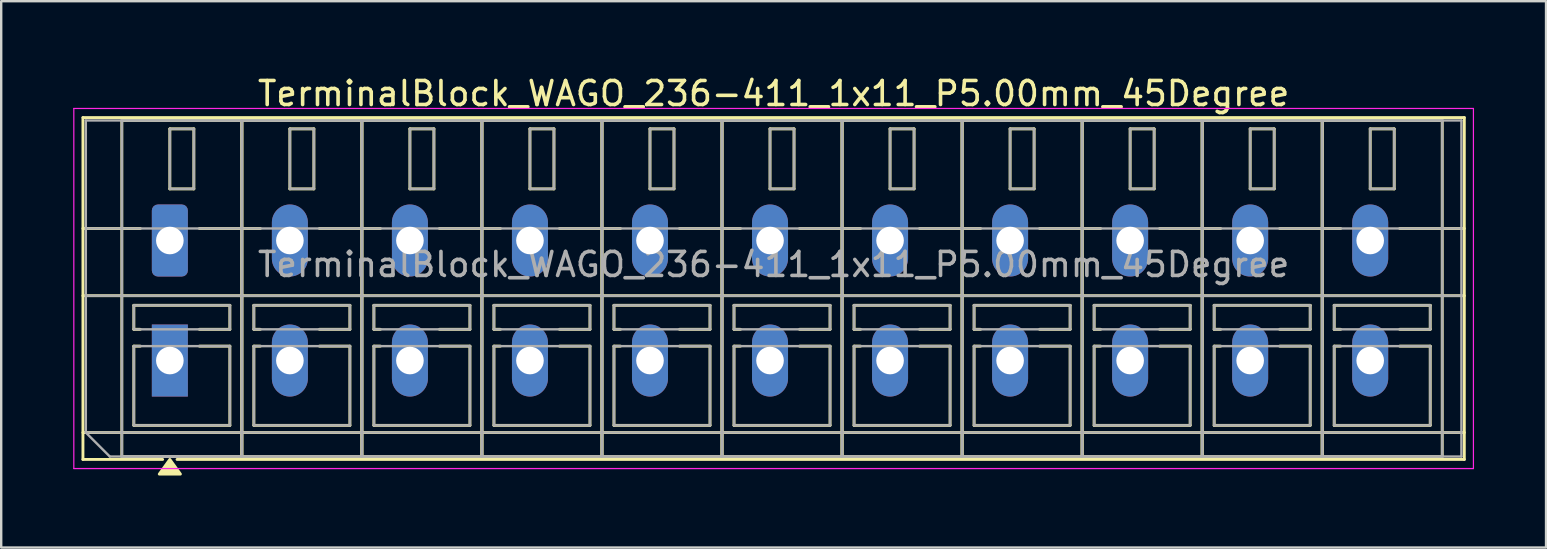
<source format=kicad_pcb>
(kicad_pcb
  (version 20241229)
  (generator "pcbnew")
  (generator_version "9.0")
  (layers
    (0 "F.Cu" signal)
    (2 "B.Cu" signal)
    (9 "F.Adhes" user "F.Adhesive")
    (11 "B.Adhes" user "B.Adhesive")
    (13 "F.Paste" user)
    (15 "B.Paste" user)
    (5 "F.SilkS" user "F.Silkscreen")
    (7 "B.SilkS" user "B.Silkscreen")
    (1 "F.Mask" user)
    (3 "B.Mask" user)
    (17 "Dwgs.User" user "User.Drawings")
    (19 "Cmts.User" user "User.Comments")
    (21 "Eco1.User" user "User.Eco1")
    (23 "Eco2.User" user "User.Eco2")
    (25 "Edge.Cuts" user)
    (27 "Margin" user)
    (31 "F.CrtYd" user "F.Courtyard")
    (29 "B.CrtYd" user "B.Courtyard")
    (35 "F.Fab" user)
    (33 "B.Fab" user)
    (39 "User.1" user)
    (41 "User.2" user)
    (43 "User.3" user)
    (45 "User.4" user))
  (footprint "TerminalBlock_WAGO_236-411_1x11_P5.00mm_45Degree"
    (layer "F.Cu")
    (at 4.025 6.968)
    (property "Reference" "TerminalBlock_WAGO_236-411_1x11_P5.00mm_45Degree" (at 25.15 -6.12 0) (layer "F.SilkS") (effects (font (size 1 1) (thickness 0.15))))
    (attr through_hole)
    (fp_line (start -3.62 -5.12) (end 53.92 -5.12) (stroke (width 0.12) (type solid)) (layer "F.SilkS"))
    (fp_line (start -3.62 -0.5) (end -1.23 -0.5) (stroke (width 0.12) (type solid)) (layer "F.SilkS"))
    (fp_line (start -3.62 2.3) (end 53.92 2.3) (stroke (width 0.12) (type solid)) (layer "F.SilkS"))
    (fp_line (start -3.62 8) (end 53.92 8) (stroke (width 0.12) (type solid)) (layer "F.SilkS"))
    (fp_line (start -3.62 9.12) (end -3.62 -5.12) (stroke (width 0.12) (type solid)) (layer "F.SilkS"))
    (fp_line (start -2 -5) (end 3 -5) (stroke (width 0.12) (type solid)) (layer "F.SilkS"))
    (fp_line (start -2 9) (end -2 -5) (stroke (width 0.12) (type solid)) (layer "F.SilkS"))
    (fp_line (start -1.5 2.7) (end 2.5 2.7) (stroke (width 0.12) (type solid)) (layer "F.SilkS"))
    (fp_line (start -1.5 3.7) (end -1.5 2.7) (stroke (width 0.12) (type solid)) (layer "F.SilkS"))
    (fp_line (start -1.5 4.4) (end -1.23 4.4) (stroke (width 0.12) (type solid)) (layer "F.SilkS"))
    (fp_line (start -1.5 7.7) (end -1.5 4.4) (stroke (width 0.12) (type solid)) (layer "F.SilkS"))
    (fp_line (start -1.23 3.7) (end -1.5 3.7) (stroke (width 0.12) (type solid)) (layer "F.SilkS"))
    (fp_line (start -0.3 9.12) (end -3.62 9.12) (stroke (width 0.12) (type solid)) (layer "F.SilkS"))
    (fp_line (start 0 -4.65) (end 1 -4.65) (stroke (width 0.12) (type solid)) (layer "F.SilkS"))
    (fp_line (start 0 -2.15) (end 0 -4.65) (stroke (width 0.12) (type solid)) (layer "F.SilkS"))
    (fp_line (start 1 -4.65) (end 1 -2.15) (stroke (width 0.12) (type solid)) (layer "F.SilkS"))
    (fp_line (start 1 -2.15) (end 0 -2.15) (stroke (width 0.12) (type solid)) (layer "F.SilkS"))
    (fp_line (start 1.23 -0.5) (end 3.77 -0.5) (stroke (width 0.12) (type solid)) (layer "F.SilkS"))
    (fp_line (start 1.23 4.4) (end 2.5 4.4) (stroke (width 0.12) (type solid)) (layer "F.SilkS"))
    (fp_line (start 2.5 2.7) (end 2.5 3.7) (stroke (width 0.12) (type solid)) (layer "F.SilkS"))
    (fp_line (start 2.5 3.7) (end 1.23 3.7) (stroke (width 0.12) (type solid)) (layer "F.SilkS"))
    (fp_line (start 2.5 4.4) (end 2.5 7.7) (stroke (width 0.12) (type solid)) (layer "F.SilkS"))
    (fp_line (start 2.5 7.7) (end -1.5 7.7) (stroke (width 0.12) (type solid)) (layer "F.SilkS"))
    (fp_line (start 3 -5) (end 3 9) (stroke (width 0.12) (type solid)) (layer "F.SilkS"))
    (fp_line (start 3 -5) (end 8 -5) (stroke (width 0.12) (type solid)) (layer "F.SilkS"))
    (fp_line (start 3 9) (end -2 9) (stroke (width 0.12) (type solid)) (layer "F.SilkS"))
    (fp_line (start 3 9) (end 3 -5) (stroke (width 0.12) (type solid)) (layer "F.SilkS"))
    (fp_line (start 3.5 2.7) (end 7.5 2.7) (stroke (width 0.12) (type solid)) (layer "F.SilkS"))
    (fp_line (start 3.5 3.7) (end 3.5 2.7) (stroke (width 0.12) (type solid)) (layer "F.SilkS"))
    (fp_line (start 3.5 4.4) (end 3.77 4.4) (stroke (width 0.12) (type solid)) (layer "F.SilkS"))
    (fp_line (start 3.5 7.7) (end 3.5 4.4) (stroke (width 0.12) (type solid)) (layer "F.SilkS"))
    (fp_line (start 3.77 3.7) (end 3.5 3.7) (stroke (width 0.12) (type solid)) (layer "F.SilkS"))
    (fp_line (start 5 -4.65) (end 6 -4.65) (stroke (width 0.12) (type solid)) (layer "F.SilkS"))
    (fp_line (start 5 -2.15) (end 5 -4.65) (stroke (width 0.12) (type solid)) (layer "F.SilkS"))
    (fp_line (start 6 -4.65) (end 6 -2.15) (stroke (width 0.12) (type solid)) (layer "F.SilkS"))
    (fp_line (start 6 -2.15) (end 5 -2.15) (stroke (width 0.12) (type solid)) (layer "F.SilkS"))
    (fp_line (start 6.23 -0.5) (end 8.77 -0.5) (stroke (width 0.12) (type solid)) (layer "F.SilkS"))
    (fp_line (start 6.23 4.4) (end 7.5 4.4) (stroke (width 0.12) (type solid)) (layer "F.SilkS"))
    (fp_line (start 7.5 2.7) (end 7.5 3.7) (stroke (width 0.12) (type solid)) (layer "F.SilkS"))
    (fp_line (start 7.5 3.7) (end 6.23 3.7) (stroke (width 0.12) (type solid)) (layer "F.SilkS"))
    (fp_line (start 7.5 4.4) (end 7.5 7.7) (stroke (width 0.12) (type solid)) (layer "F.SilkS"))
    (fp_line (start 7.5 7.7) (end 3.5 7.7) (stroke (width 0.12) (type solid)) (layer "F.SilkS"))
    (fp_line (start 8 -5) (end 8 9) (stroke (width 0.12) (type solid)) (layer "F.SilkS"))
    (fp_line (start 8 -5) (end 13 -5) (stroke (width 0.12) (type solid)) (layer "F.SilkS"))
    (fp_line (start 8 9) (end 3 9) (stroke (width 0.12) (type solid)) (layer "F.SilkS"))
    (fp_line (start 8 9) (end 8 -5) (stroke (width 0.12) (type solid)) (layer "F.SilkS"))
    (fp_line (start 8.5 2.7) (end 12.5 2.7) (stroke (width 0.12) (type solid)) (layer "F.SilkS"))
    (fp_line (start 8.5 3.7) (end 8.5 2.7) (stroke (width 0.12) (type solid)) (layer "F.SilkS"))
    (fp_line (start 8.5 4.4) (end 8.77 4.4) (stroke (width 0.12) (type solid)) (layer "F.SilkS"))
    (fp_line (start 8.5 7.7) (end 8.5 4.4) (stroke (width 0.12) (type solid)) (layer "F.SilkS"))
    (fp_line (start 8.77 3.7) (end 8.5 3.7) (stroke (width 0.12) (type solid)) (layer "F.SilkS"))
    (fp_line (start 10 -4.65) (end 11 -4.65) (stroke (width 0.12) (type solid)) (layer "F.SilkS"))
    (fp_line (start 10 -2.15) (end 10 -4.65) (stroke (width 0.12) (type solid)) (layer "F.SilkS"))
    (fp_line (start 11 -4.65) (end 11 -2.15) (stroke (width 0.12) (type solid)) (layer "F.SilkS"))
    (fp_line (start 11 -2.15) (end 10 -2.15) (stroke (width 0.12) (type solid)) (layer "F.SilkS"))
    (fp_line (start 11.23 -0.5) (end 13.77 -0.5) (stroke (width 0.12) (type solid)) (layer "F.SilkS"))
    (fp_line (start 11.23 4.4) (end 12.5 4.4) (stroke (width 0.12) (type solid)) (layer "F.SilkS"))
    (fp_line (start 12.5 2.7) (end 12.5 3.7) (stroke (width 0.12) (type solid)) (layer "F.SilkS"))
    (fp_line (start 12.5 3.7) (end 11.23 3.7) (stroke (width 0.12) (type solid)) (layer "F.SilkS"))
    (fp_line (start 12.5 4.4) (end 12.5 7.7) (stroke (width 0.12) (type solid)) (layer "F.SilkS"))
    (fp_line (start 12.5 7.7) (end 8.5 7.7) (stroke (width 0.12) (type solid)) (layer "F.SilkS"))
    (fp_line (start 13 -5) (end 13 9) (stroke (width 0.12) (type solid)) (layer "F.SilkS"))
    (fp_line (start 13 -5) (end 18 -5) (stroke (width 0.12) (type solid)) (layer "F.SilkS"))
    (fp_line (start 13 9) (end 8 9) (stroke (width 0.12) (type solid)) (layer "F.SilkS"))
    (fp_line (start 13 9) (end 13 -5) (stroke (width 0.12) (type solid)) (layer "F.SilkS"))
    (fp_line (start 13.5 2.7) (end 17.5 2.7) (stroke (width 0.12) (type solid)) (layer "F.SilkS"))
    (fp_line (start 13.5 3.7) (end 13.5 2.7) (stroke (width 0.12) (type solid)) (layer "F.SilkS"))
    (fp_line (start 13.5 4.4) (end 13.77 4.4) (stroke (width 0.12) (type solid)) (layer "F.SilkS"))
    (fp_line (start 13.5 7.7) (end 13.5 4.4) (stroke (width 0.12) (type solid)) (layer "F.SilkS"))
    (fp_line (start 13.77 3.7) (end 13.5 3.7) (stroke (width 0.12) (type solid)) (layer "F.SilkS"))
    (fp_line (start 15 -4.65) (end 16 -4.65) (stroke (width 0.12) (type solid)) (layer "F.SilkS"))
    (fp_line (start 15 -2.15) (end 15 -4.65) (stroke (width 0.12) (type solid)) (layer "F.SilkS"))
    (fp_line (start 16 -4.65) (end 16 -2.15) (stroke (width 0.12) (type solid)) (layer "F.SilkS"))
    (fp_line (start 16 -2.15) (end 15 -2.15) (stroke (width 0.12) (type solid)) (layer "F.SilkS"))
    (fp_line (start 16.23 -0.5) (end 18.77 -0.5) (stroke (width 0.12) (type solid)) (layer "F.SilkS"))
    (fp_line (start 16.23 4.4) (end 17.5 4.4) (stroke (width 0.12) (type solid)) (layer "F.SilkS"))
    (fp_line (start 17.5 2.7) (end 17.5 3.7) (stroke (width 0.12) (type solid)) (layer "F.SilkS"))
    (fp_line (start 17.5 3.7) (end 16.23 3.7) (stroke (width 0.12) (type solid)) (layer "F.SilkS"))
    (fp_line (start 17.5 4.4) (end 17.5 7.7) (stroke (width 0.12) (type solid)) (layer "F.SilkS"))
    (fp_line (start 17.5 7.7) (end 13.5 7.7) (stroke (width 0.12) (type solid)) (layer "F.SilkS"))
    (fp_line (start 18 -5) (end 18 9) (stroke (width 0.12) (type solid)) (layer "F.SilkS"))
    (fp_line (start 18 -5) (end 23 -5) (stroke (width 0.12) (type solid)) (layer "F.SilkS"))
    (fp_line (start 18 9) (end 13 9) (stroke (width 0.12) (type solid)) (layer "F.SilkS"))
    (fp_line (start 18 9) (end 18 -5) (stroke (width 0.12) (type solid)) (layer "F.SilkS"))
    (fp_line (start 18.5 2.7) (end 22.5 2.7) (stroke (width 0.12) (type solid)) (layer "F.SilkS"))
    (fp_line (start 18.5 3.7) (end 18.5 2.7) (stroke (width 0.12) (type solid)) (layer "F.SilkS"))
    (fp_line (start 18.5 4.4) (end 18.77 4.4) (stroke (width 0.12) (type solid)) (layer "F.SilkS"))
    (fp_line (start 18.5 7.7) (end 18.5 4.4) (stroke (width 0.12) (type solid)) (layer "F.SilkS"))
    (fp_line (start 18.77 3.7) (end 18.5 3.7) (stroke (width 0.12) (type solid)) (layer "F.SilkS"))
    (fp_line (start 20 -4.65) (end 21 -4.65) (stroke (width 0.12) (type solid)) (layer "F.SilkS"))
    (fp_line (start 20 -2.15) (end 20 -4.65) (stroke (width 0.12) (type solid)) (layer "F.SilkS"))
    (fp_line (start 21 -4.65) (end 21 -2.15) (stroke (width 0.12) (type solid)) (layer "F.SilkS"))
    (fp_line (start 21 -2.15) (end 20 -2.15) (stroke (width 0.12) (type solid)) (layer "F.SilkS"))
    (fp_line (start 21.23 -0.5) (end 23.77 -0.5) (stroke (width 0.12) (type solid)) (layer "F.SilkS"))
    (fp_line (start 21.23 4.4) (end 22.5 4.4) (stroke (width 0.12) (type solid)) (layer "F.SilkS"))
    (fp_line (start 22.5 2.7) (end 22.5 3.7) (stroke (width 0.12) (type solid)) (layer "F.SilkS"))
    (fp_line (start 22.5 3.7) (end 21.23 3.7) (stroke (width 0.12) (type solid)) (layer "F.SilkS"))
    (fp_line (start 22.5 4.4) (end 22.5 7.7) (stroke (width 0.12) (type solid)) (layer "F.SilkS"))
    (fp_line (start 22.5 7.7) (end 18.5 7.7) (stroke (width 0.12) (type solid)) (layer "F.SilkS"))
    (fp_line (start 23 -5) (end 23 9) (stroke (width 0.12) (type solid)) (layer "F.SilkS"))
    (fp_line (start 23 -5) (end 28 -5) (stroke (width 0.12) (type solid)) (layer "F.SilkS"))
    (fp_line (start 23 9) (end 18 9) (stroke (width 0.12) (type solid)) (layer "F.SilkS"))
    (fp_line (start 23 9) (end 23 -5) (stroke (width 0.12) (type solid)) (layer "F.SilkS"))
    (fp_line (start 23.5 2.7) (end 27.5 2.7) (stroke (width 0.12) (type solid)) (layer "F.SilkS"))
    (fp_line (start 23.5 3.7) (end 23.5 2.7) (stroke (width 0.12) (type solid)) (layer "F.SilkS"))
    (fp_line (start 23.5 4.4) (end 23.77 4.4) (stroke (width 0.12) (type solid)) (layer "F.SilkS"))
    (fp_line (start 23.5 7.7) (end 23.5 4.4) (stroke (width 0.12) (type solid)) (layer "F.SilkS"))
    (fp_line (start 23.77 3.7) (end 23.5 3.7) (stroke (width 0.12) (type solid)) (layer "F.SilkS"))
    (fp_line (start 25 -4.65) (end 26 -4.65) (stroke (width 0.12) (type solid)) (layer "F.SilkS"))
    (fp_line (start 25 -2.15) (end 25 -4.65) (stroke (width 0.12) (type solid)) (layer "F.SilkS"))
    (fp_line (start 26 -4.65) (end 26 -2.15) (stroke (width 0.12) (type solid)) (layer "F.SilkS"))
    (fp_line (start 26 -2.15) (end 25 -2.15) (stroke (width 0.12) (type solid)) (layer "F.SilkS"))
    (fp_line (start 26.23 -0.5) (end 28.77 -0.5) (stroke (width 0.12) (type solid)) (layer "F.SilkS"))
    (fp_line (start 26.23 4.4) (end 27.5 4.4) (stroke (width 0.12) (type solid)) (layer "F.SilkS"))
    (fp_line (start 27.5 2.7) (end 27.5 3.7) (stroke (width 0.12) (type solid)) (layer "F.SilkS"))
    (fp_line (start 27.5 3.7) (end 26.23 3.7) (stroke (width 0.12) (type solid)) (layer "F.SilkS"))
    (fp_line (start 27.5 4.4) (end 27.5 7.7) (stroke (width 0.12) (type solid)) (layer "F.SilkS"))
    (fp_line (start 27.5 7.7) (end 23.5 7.7) (stroke (width 0.12) (type solid)) (layer "F.SilkS"))
    (fp_line (start 28 -5) (end 28 9) (stroke (width 0.12) (type solid)) (layer "F.SilkS"))
    (fp_line (start 28 -5) (end 33 -5) (stroke (width 0.12) (type solid)) (layer "F.SilkS"))
    (fp_line (start 28 9) (end 23 9) (stroke (width 0.12) (type solid)) (layer "F.SilkS"))
    (fp_line (start 28 9) (end 28 -5) (stroke (width 0.12) (type solid)) (layer "F.SilkS"))
    (fp_line (start 28.5 2.7) (end 32.5 2.7) (stroke (width 0.12) (type solid)) (layer "F.SilkS"))
    (fp_line (start 28.5 3.7) (end 28.5 2.7) (stroke (width 0.12) (type solid)) (layer "F.SilkS"))
    (fp_line (start 28.5 4.4) (end 28.77 4.4) (stroke (width 0.12) (type solid)) (layer "F.SilkS"))
    (fp_line (start 28.5 7.7) (end 28.5 4.4) (stroke (width 0.12) (type solid)) (layer "F.SilkS"))
    (fp_line (start 28.77 3.7) (end 28.5 3.7) (stroke (width 0.12) (type solid)) (layer "F.SilkS"))
    (fp_line (start 30 -4.65) (end 31 -4.65) (stroke (width 0.12) (type solid)) (layer "F.SilkS"))
    (fp_line (start 30 -2.15) (end 30 -4.65) (stroke (width 0.12) (type solid)) (layer "F.SilkS"))
    (fp_line (start 31 -4.65) (end 31 -2.15) (stroke (width 0.12) (type solid)) (layer "F.SilkS"))
    (fp_line (start 31 -2.15) (end 30 -2.15) (stroke (width 0.12) (type solid)) (layer "F.SilkS"))
    (fp_line (start 31.23 -0.5) (end 33.77 -0.5) (stroke (width 0.12) (type solid)) (layer "F.SilkS"))
    (fp_line (start 31.23 4.4) (end 32.5 4.4) (stroke (width 0.12) (type solid)) (layer "F.SilkS"))
    (fp_line (start 32.5 2.7) (end 32.5 3.7) (stroke (width 0.12) (type solid)) (layer "F.SilkS"))
    (fp_line (start 32.5 3.7) (end 31.23 3.7) (stroke (width 0.12) (type solid)) (layer "F.SilkS"))
    (fp_line (start 32.5 4.4) (end 32.5 7.7) (stroke (width 0.12) (type solid)) (layer "F.SilkS"))
    (fp_line (start 32.5 7.7) (end 28.5 7.7) (stroke (width 0.12) (type solid)) (layer "F.SilkS"))
    (fp_line (start 33 -5) (end 33 9) (stroke (width 0.12) (type solid)) (layer "F.SilkS"))
    (fp_line (start 33 -5) (end 38 -5) (stroke (width 0.12) (type solid)) (layer "F.SilkS"))
    (fp_line (start 33 9) (end 28 9) (stroke (width 0.12) (type solid)) (layer "F.SilkS"))
    (fp_line (start 33 9) (end 33 -5) (stroke (width 0.12) (type solid)) (layer "F.SilkS"))
    (fp_line (start 33.5 2.7) (end 37.5 2.7) (stroke (width 0.12) (type solid)) (layer "F.SilkS"))
    (fp_line (start 33.5 3.7) (end 33.5 2.7) (stroke (width 0.12) (type solid)) (layer "F.SilkS"))
    (fp_line (start 33.5 4.4) (end 33.77 4.4) (stroke (width 0.12) (type solid)) (layer "F.SilkS"))
    (fp_line (start 33.5 7.7) (end 33.5 4.4) (stroke (width 0.12) (type solid)) (layer "F.SilkS"))
    (fp_line (start 33.77 3.7) (end 33.5 3.7) (stroke (width 0.12) (type solid)) (layer "F.SilkS"))
    (fp_line (start 35 -4.65) (end 36 -4.65) (stroke (width 0.12) (type solid)) (layer "F.SilkS"))
    (fp_line (start 35 -2.15) (end 35 -4.65) (stroke (width 0.12) (type solid)) (layer "F.SilkS"))
    (fp_line (start 36 -4.65) (end 36 -2.15) (stroke (width 0.12) (type solid)) (layer "F.SilkS"))
    (fp_line (start 36 -2.15) (end 35 -2.15) (stroke (width 0.12) (type solid)) (layer "F.SilkS"))
    (fp_line (start 36.23 -0.5) (end 38.77 -0.5) (stroke (width 0.12) (type solid)) (layer "F.SilkS"))
    (fp_line (start 36.23 4.4) (end 37.5 4.4) (stroke (width 0.12) (type solid)) (layer "F.SilkS"))
    (fp_line (start 37.5 2.7) (end 37.5 3.7) (stroke (width 0.12) (type solid)) (layer "F.SilkS"))
    (fp_line (start 37.5 3.7) (end 36.23 3.7) (stroke (width 0.12) (type solid)) (layer "F.SilkS"))
    (fp_line (start 37.5 4.4) (end 37.5 7.7) (stroke (width 0.12) (type solid)) (layer "F.SilkS"))
    (fp_line (start 37.5 7.7) (end 33.5 7.7) (stroke (width 0.12) (type solid)) (layer "F.SilkS"))
    (fp_line (start 38 -5) (end 38 9) (stroke (width 0.12) (type solid)) (layer "F.SilkS"))
    (fp_line (start 38 -5) (end 43 -5) (stroke (width 0.12) (type solid)) (layer "F.SilkS"))
    (fp_line (start 38 9) (end 33 9) (stroke (width 0.12) (type solid)) (layer "F.SilkS"))
    (fp_line (start 38 9) (end 38 -5) (stroke (width 0.12) (type solid)) (layer "F.SilkS"))
    (fp_line (start 38.5 2.7) (end 42.5 2.7) (stroke (width 0.12) (type solid)) (layer "F.SilkS"))
    (fp_line (start 38.5 3.7) (end 38.5 2.7) (stroke (width 0.12) (type solid)) (layer "F.SilkS"))
    (fp_line (start 38.5 4.4) (end 38.77 4.4) (stroke (width 0.12) (type solid)) (layer "F.SilkS"))
    (fp_line (start 38.5 7.7) (end 38.5 4.4) (stroke (width 0.12) (type solid)) (layer "F.SilkS"))
    (fp_line (start 38.77 3.7) (end 38.5 3.7) (stroke (width 0.12) (type solid)) (layer "F.SilkS"))
    (fp_line (start 40 -4.65) (end 41 -4.65) (stroke (width 0.12) (type solid)) (layer "F.SilkS"))
    (fp_line (start 40 -2.15) (end 40 -4.65) (stroke (width 0.12) (type solid)) (layer "F.SilkS"))
    (fp_line (start 41 -4.65) (end 41 -2.15) (stroke (width 0.12) (type solid)) (layer "F.SilkS"))
    (fp_line (start 41 -2.15) (end 40 -2.15) (stroke (width 0.12) (type solid)) (layer "F.SilkS"))
    (fp_line (start 41.23 -0.5) (end 43.77 -0.5) (stroke (width 0.12) (type solid)) (layer "F.SilkS"))
    (fp_line (start 41.23 4.4) (end 42.5 4.4) (stroke (width 0.12) (type solid)) (layer "F.SilkS"))
    (fp_line (start 42.5 2.7) (end 42.5 3.7) (stroke (width 0.12) (type solid)) (layer "F.SilkS"))
    (fp_line (start 42.5 3.7) (end 41.23 3.7) (stroke (width 0.12) (type solid)) (layer "F.SilkS"))
    (fp_line (start 42.5 4.4) (end 42.5 7.7) (stroke (width 0.12) (type solid)) (layer "F.SilkS"))
    (fp_line (start 42.5 7.7) (end 38.5 7.7) (stroke (width 0.12) (type solid)) (layer "F.SilkS"))
    (fp_line (start 43 -5) (end 43 9) (stroke (width 0.12) (type solid)) (layer "F.SilkS"))
    (fp_line (start 43 -5) (end 48 -5) (stroke (width 0.12) (type solid)) (layer "F.SilkS"))
    (fp_line (start 43 9) (end 38 9) (stroke (width 0.12) (type solid)) (layer "F.SilkS"))
    (fp_line (start 43 9) (end 43 -5) (stroke (width 0.12) (type solid)) (layer "F.SilkS"))
    (fp_line (start 43.5 2.7) (end 47.5 2.7) (stroke (width 0.12) (type solid)) (layer "F.SilkS"))
    (fp_line (start 43.5 3.7) (end 43.5 2.7) (stroke (width 0.12) (type solid)) (layer "F.SilkS"))
    (fp_line (start 43.5 4.4) (end 43.77 4.4) (stroke (width 0.12) (type solid)) (layer "F.SilkS"))
    (fp_line (start 43.5 7.7) (end 43.5 4.4) (stroke (width 0.12) (type solid)) (layer "F.SilkS"))
    (fp_line (start 43.77 3.7) (end 43.5 3.7) (stroke (width 0.12) (type solid)) (layer "F.SilkS"))
    (fp_line (start 45 -4.65) (end 46 -4.65) (stroke (width 0.12) (type solid)) (layer "F.SilkS"))
    (fp_line (start 45 -2.15) (end 45 -4.65) (stroke (width 0.12) (type solid)) (layer "F.SilkS"))
    (fp_line (start 46 -4.65) (end 46 -2.15) (stroke (width 0.12) (type solid)) (layer "F.SilkS"))
    (fp_line (start 46 -2.15) (end 45 -2.15) (stroke (width 0.12) (type solid)) (layer "F.SilkS"))
    (fp_line (start 46.23 -0.5) (end 48.77 -0.5) (stroke (width 0.12) (type solid)) (layer "F.SilkS"))
    (fp_line (start 46.23 4.4) (end 47.5 4.4) (stroke (width 0.12) (type solid)) (layer "F.SilkS"))
    (fp_line (start 47.5 2.7) (end 47.5 3.7) (stroke (width 0.12) (type solid)) (layer "F.SilkS"))
    (fp_line (start 47.5 3.7) (end 46.23 3.7) (stroke (width 0.12) (type solid)) (layer "F.SilkS"))
    (fp_line (start 47.5 4.4) (end 47.5 7.7) (stroke (width 0.12) (type solid)) (layer "F.SilkS"))
    (fp_line (start 47.5 7.7) (end 43.5 7.7) (stroke (width 0.12) (type solid)) (layer "F.SilkS"))
    (fp_line (start 48 -5) (end 48 9) (stroke (width 0.12) (type solid)) (layer "F.SilkS"))
    (fp_line (start 48 -5) (end 53 -5) (stroke (width 0.12) (type solid)) (layer "F.SilkS"))
    (fp_line (start 48 9) (end 43 9) (stroke (width 0.12) (type solid)) (layer "F.SilkS"))
    (fp_line (start 48 9) (end 48 -5) (stroke (width 0.12) (type solid)) (layer "F.SilkS"))
    (fp_line (start 48.5 2.7) (end 52.5 2.7) (stroke (width 0.12) (type solid)) (layer "F.SilkS"))
    (fp_line (start 48.5 3.7) (end 48.5 2.7) (stroke (width 0.12) (type solid)) (layer "F.SilkS"))
    (fp_line (start 48.5 4.4) (end 48.77 4.4) (stroke (width 0.12) (type solid)) (layer "F.SilkS"))
    (fp_line (start 48.5 7.7) (end 48.5 4.4) (stroke (width 0.12) (type solid)) (layer "F.SilkS"))
    (fp_line (start 48.77 3.7) (end 48.5 3.7) (stroke (width 0.12) (type solid)) (layer "F.SilkS"))
    (fp_line (start 50 -4.65) (end 51 -4.65) (stroke (width 0.12) (type solid)) (layer "F.SilkS"))
    (fp_line (start 50 -2.15) (end 50 -4.65) (stroke (width 0.12) (type solid)) (layer "F.SilkS"))
    (fp_line (start 51 -4.65) (end 51 -2.15) (stroke (width 0.12) (type solid)) (layer "F.SilkS"))
    (fp_line (start 51 -2.15) (end 50 -2.15) (stroke (width 0.12) (type solid)) (layer "F.SilkS"))
    (fp_line (start 51.23 -0.5) (end 53.92 -0.5) (stroke (width 0.12) (type solid)) (layer "F.SilkS"))
    (fp_line (start 51.23 4.4) (end 52.5 4.4) (stroke (width 0.12) (type solid)) (layer "F.SilkS"))
    (fp_line (start 52.5 2.7) (end 52.5 3.7) (stroke (width 0.12) (type solid)) (layer "F.SilkS"))
    (fp_line (start 52.5 3.7) (end 51.23 3.7) (stroke (width 0.12) (type solid)) (layer "F.SilkS"))
    (fp_line (start 52.5 4.4) (end 52.5 7.7) (stroke (width 0.12) (type solid)) (layer "F.SilkS"))
    (fp_line (start 52.5 7.7) (end 48.5 7.7) (stroke (width 0.12) (type solid)) (layer "F.SilkS"))
    (fp_line (start 53 -5) (end 53 9) (stroke (width 0.12) (type solid)) (layer "F.SilkS"))
    (fp_line (start 53 9) (end 48 9) (stroke (width 0.12) (type solid)) (layer "F.SilkS"))
    (fp_line (start 53.92 -5.12) (end 53.92 9.12) (stroke (width 0.12) (type solid)) (layer "F.SilkS"))
    (fp_line (start 53.92 9.12) (end 0.3 9.12) (stroke (width 0.12) (type solid)) (layer "F.SilkS"))
    (fp_poly (pts (xy 0 9.12) (xy 0.44 9.73) (xy -0.44 9.73)) (stroke (width 0.12) (type solid)) (fill yes) (layer "F.SilkS"))
    (fp_line (start -4 -5.5) (end -4 9.5) (stroke (width 0.05) (type solid)) (layer "F.CrtYd"))
    (fp_line (start -4 9.5) (end 54.3 9.5) (stroke (width 0.05) (type solid)) (layer "F.CrtYd"))
    (fp_line (start 54.3 -5.5) (end -4 -5.5) (stroke (width 0.05) (type solid)) (layer "F.CrtYd"))
    (fp_line (start 54.3 9.5) (end 54.3 -5.5) (stroke (width 0.05) (type solid)) (layer "F.CrtYd"))
    (fp_line (start -3.5 -5) (end 53.8 -5) (stroke (width 0.1) (type solid)) (layer "F.Fab"))
    (fp_line (start -3.5 -0.5) (end 53.8 -0.5) (stroke (width 0.1) (type solid)) (layer "F.Fab"))
    (fp_line (start -3.5 2.3) (end 53.8 2.3) (stroke (width 0.1) (type solid)) (layer "F.Fab"))
    (fp_line (start -3.5 8) (end -3.5 -5) (stroke (width 0.1) (type solid)) (layer "F.Fab"))
    (fp_line (start -3.5 8) (end 53.8 8) (stroke (width 0.1) (type solid)) (layer "F.Fab"))
    (fp_line (start -2.5 9) (end -3.5 8) (stroke (width 0.1) (type solid)) (layer "F.Fab"))
    (fp_line (start -2 -5) (end -2 9) (stroke (width 0.1) (type solid)) (layer "F.Fab"))
    (fp_line (start -2 9) (end 3 9) (stroke (width 0.1) (type solid)) (layer "F.Fab"))
    (fp_line (start -1.5 2.7) (end -1.5 3.7) (stroke (width 0.1) (type solid)) (layer "F.Fab"))
    (fp_line (start -1.5 3.7) (end 2.5 3.7) (stroke (width 0.1) (type solid)) (layer "F.Fab"))
    (fp_line (start -1.5 4.4) (end -1.5 7.7) (stroke (width 0.1) (type solid)) (layer "F.Fab"))
    (fp_line (start -1.5 7.7) (end 2.5 7.7) (stroke (width 0.1) (type solid)) (layer "F.Fab"))
    (fp_line (start 0 -4.65) (end 0 -2.15) (stroke (width 0.1) (type solid)) (layer "F.Fab"))
    (fp_line (start 0 -2.15) (end 1 -2.15) (stroke (width 0.1) (type solid)) (layer "F.Fab"))
    (fp_line (start 1 -4.65) (end 0 -4.65) (stroke (width 0.1) (type solid)) (layer "F.Fab"))
    (fp_line (start 1 -2.15) (end 1 -4.65) (stroke (width 0.1) (type solid)) (layer "F.Fab"))
    (fp_line (start 2.5 2.7) (end -1.5 2.7) (stroke (width 0.1) (type solid)) (layer "F.Fab"))
    (fp_line (start 2.5 3.7) (end 2.5 2.7) (stroke (width 0.1) (type solid)) (layer "F.Fab"))
    (fp_line (start 2.5 4.4) (end -1.5 4.4) (stroke (width 0.1) (type solid)) (layer "F.Fab"))
    (fp_line (start 2.5 7.7) (end 2.5 4.4) (stroke (width 0.1) (type solid)) (layer "F.Fab"))
    (fp_line (start 3 -5) (end -2 -5) (stroke (width 0.1) (type solid)) (layer "F.Fab"))
    (fp_line (start 3 -5) (end 3 9) (stroke (width 0.1) (type solid)) (layer "F.Fab"))
    (fp_line (start 3 9) (end 3 -5) (stroke (width 0.1) (type solid)) (layer "F.Fab"))
    (fp_line (start 3 9) (end 8 9) (stroke (width 0.1) (type solid)) (layer "F.Fab"))
    (fp_line (start 3.5 2.7) (end 3.5 3.7) (stroke (width 0.1) (type solid)) (layer "F.Fab"))
    (fp_line (start 3.5 3.7) (end 7.5 3.7) (stroke (width 0.1) (type solid)) (layer "F.Fab"))
    (fp_line (start 3.5 4.4) (end 3.5 7.7) (stroke (width 0.1) (type solid)) (layer "F.Fab"))
    (fp_line (start 3.5 7.7) (end 7.5 7.7) (stroke (width 0.1) (type solid)) (layer "F.Fab"))
    (fp_line (start 5 -4.65) (end 5 -2.15) (stroke (width 0.1) (type solid)) (layer "F.Fab"))
    (fp_line (start 5 -2.15) (end 6 -2.15) (stroke (width 0.1) (type solid)) (layer "F.Fab"))
    (fp_line (start 6 -4.65) (end 5 -4.65) (stroke (width 0.1) (type solid)) (layer "F.Fab"))
    (fp_line (start 6 -2.15) (end 6 -4.65) (stroke (width 0.1) (type solid)) (layer "F.Fab"))
    (fp_line (start 7.5 2.7) (end 3.5 2.7) (stroke (width 0.1) (type solid)) (layer "F.Fab"))
    (fp_line (start 7.5 3.7) (end 7.5 2.7) (stroke (width 0.1) (type solid)) (layer "F.Fab"))
    (fp_line (start 7.5 4.4) (end 3.5 4.4) (stroke (width 0.1) (type solid)) (layer "F.Fab"))
    (fp_line (start 7.5 7.7) (end 7.5 4.4) (stroke (width 0.1) (type solid)) (layer "F.Fab"))
    (fp_line (start 8 -5) (end 3 -5) (stroke (width 0.1) (type solid)) (layer "F.Fab"))
    (fp_line (start 8 -5) (end 8 9) (stroke (width 0.1) (type solid)) (layer "F.Fab"))
    (fp_line (start 8 9) (end 8 -5) (stroke (width 0.1) (type solid)) (layer "F.Fab"))
    (fp_line (start 8 9) (end 13 9) (stroke (width 0.1) (type solid)) (layer "F.Fab"))
    (fp_line (start 8.5 2.7) (end 8.5 3.7) (stroke (width 0.1) (type solid)) (layer "F.Fab"))
    (fp_line (start 8.5 3.7) (end 12.5 3.7) (stroke (width 0.1) (type solid)) (layer "F.Fab"))
    (fp_line (start 8.5 4.4) (end 8.5 7.7) (stroke (width 0.1) (type solid)) (layer "F.Fab"))
    (fp_line (start 8.5 7.7) (end 12.5 7.7) (stroke (width 0.1) (type solid)) (layer "F.Fab"))
    (fp_line (start 10 -4.65) (end 10 -2.15) (stroke (width 0.1) (type solid)) (layer "F.Fab"))
    (fp_line (start 10 -2.15) (end 11 -2.15) (stroke (width 0.1) (type solid)) (layer "F.Fab"))
    (fp_line (start 11 -4.65) (end 10 -4.65) (stroke (width 0.1) (type solid)) (layer "F.Fab"))
    (fp_line (start 11 -2.15) (end 11 -4.65) (stroke (width 0.1) (type solid)) (layer "F.Fab"))
    (fp_line (start 12.5 2.7) (end 8.5 2.7) (stroke (width 0.1) (type solid)) (layer "F.Fab"))
    (fp_line (start 12.5 3.7) (end 12.5 2.7) (stroke (width 0.1) (type solid)) (layer "F.Fab"))
    (fp_line (start 12.5 4.4) (end 8.5 4.4) (stroke (width 0.1) (type solid)) (layer "F.Fab"))
    (fp_line (start 12.5 7.7) (end 12.5 4.4) (stroke (width 0.1) (type solid)) (layer "F.Fab"))
    (fp_line (start 13 -5) (end 8 -5) (stroke (width 0.1) (type solid)) (layer "F.Fab"))
    (fp_line (start 13 -5) (end 13 9) (stroke (width 0.1) (type solid)) (layer "F.Fab"))
    (fp_line (start 13 9) (end 13 -5) (stroke (width 0.1) (type solid)) (layer "F.Fab"))
    (fp_line (start 13 9) (end 18 9) (stroke (width 0.1) (type solid)) (layer "F.Fab"))
    (fp_line (start 13.5 2.7) (end 13.5 3.7) (stroke (width 0.1) (type solid)) (layer "F.Fab"))
    (fp_line (start 13.5 3.7) (end 17.5 3.7) (stroke (width 0.1) (type solid)) (layer "F.Fab"))
    (fp_line (start 13.5 4.4) (end 13.5 7.7) (stroke (width 0.1) (type solid)) (layer "F.Fab"))
    (fp_line (start 13.5 7.7) (end 17.5 7.7) (stroke (width 0.1) (type solid)) (layer "F.Fab"))
    (fp_line (start 15 -4.65) (end 15 -2.15) (stroke (width 0.1) (type solid)) (layer "F.Fab"))
    (fp_line (start 15 -2.15) (end 16 -2.15) (stroke (width 0.1) (type solid)) (layer "F.Fab"))
    (fp_line (start 16 -4.65) (end 15 -4.65) (stroke (width 0.1) (type solid)) (layer "F.Fab"))
    (fp_line (start 16 -2.15) (end 16 -4.65) (stroke (width 0.1) (type solid)) (layer "F.Fab"))
    (fp_line (start 17.5 2.7) (end 13.5 2.7) (stroke (width 0.1) (type solid)) (layer "F.Fab"))
    (fp_line (start 17.5 3.7) (end 17.5 2.7) (stroke (width 0.1) (type solid)) (layer "F.Fab"))
    (fp_line (start 17.5 4.4) (end 13.5 4.4) (stroke (width 0.1) (type solid)) (layer "F.Fab"))
    (fp_line (start 17.5 7.7) (end 17.5 4.4) (stroke (width 0.1) (type solid)) (layer "F.Fab"))
    (fp_line (start 18 -5) (end 13 -5) (stroke (width 0.1) (type solid)) (layer "F.Fab"))
    (fp_line (start 18 -5) (end 18 9) (stroke (width 0.1) (type solid)) (layer "F.Fab"))
    (fp_line (start 18 9) (end 18 -5) (stroke (width 0.1) (type solid)) (layer "F.Fab"))
    (fp_line (start 18 9) (end 23 9) (stroke (width 0.1) (type solid)) (layer "F.Fab"))
    (fp_line (start 18.5 2.7) (end 18.5 3.7) (stroke (width 0.1) (type solid)) (layer "F.Fab"))
    (fp_line (start 18.5 3.7) (end 22.5 3.7) (stroke (width 0.1) (type solid)) (layer "F.Fab"))
    (fp_line (start 18.5 4.4) (end 18.5 7.7) (stroke (width 0.1) (type solid)) (layer "F.Fab"))
    (fp_line (start 18.5 7.7) (end 22.5 7.7) (stroke (width 0.1) (type solid)) (layer "F.Fab"))
    (fp_line (start 20 -4.65) (end 20 -2.15) (stroke (width 0.1) (type solid)) (layer "F.Fab"))
    (fp_line (start 20 -2.15) (end 21 -2.15) (stroke (width 0.1) (type solid)) (layer "F.Fab"))
    (fp_line (start 21 -4.65) (end 20 -4.65) (stroke (width 0.1) (type solid)) (layer "F.Fab"))
    (fp_line (start 21 -2.15) (end 21 -4.65) (stroke (width 0.1) (type solid)) (layer "F.Fab"))
    (fp_line (start 22.5 2.7) (end 18.5 2.7) (stroke (width 0.1) (type solid)) (layer "F.Fab"))
    (fp_line (start 22.5 3.7) (end 22.5 2.7) (stroke (width 0.1) (type solid)) (layer "F.Fab"))
    (fp_line (start 22.5 4.4) (end 18.5 4.4) (stroke (width 0.1) (type solid)) (layer "F.Fab"))
    (fp_line (start 22.5 7.7) (end 22.5 4.4) (stroke (width 0.1) (type solid)) (layer "F.Fab"))
    (fp_line (start 23 -5) (end 18 -5) (stroke (width 0.1) (type solid)) (layer "F.Fab"))
    (fp_line (start 23 -5) (end 23 9) (stroke (width 0.1) (type solid)) (layer "F.Fab"))
    (fp_line (start 23 9) (end 23 -5) (stroke (width 0.1) (type solid)) (layer "F.Fab"))
    (fp_line (start 23 9) (end 28 9) (stroke (width 0.1) (type solid)) (layer "F.Fab"))
    (fp_line (start 23.5 2.7) (end 23.5 3.7) (stroke (width 0.1) (type solid)) (layer "F.Fab"))
    (fp_line (start 23.5 3.7) (end 27.5 3.7) (stroke (width 0.1) (type solid)) (layer "F.Fab"))
    (fp_line (start 23.5 4.4) (end 23.5 7.7) (stroke (width 0.1) (type solid)) (layer "F.Fab"))
    (fp_line (start 23.5 7.7) (end 27.5 7.7) (stroke (width 0.1) (type solid)) (layer "F.Fab"))
    (fp_line (start 25 -4.65) (end 25 -2.15) (stroke (width 0.1) (type solid)) (layer "F.Fab"))
    (fp_line (start 25 -2.15) (end 26 -2.15) (stroke (width 0.1) (type solid)) (layer "F.Fab"))
    (fp_line (start 26 -4.65) (end 25 -4.65) (stroke (width 0.1) (type solid)) (layer "F.Fab"))
    (fp_line (start 26 -2.15) (end 26 -4.65) (stroke (width 0.1) (type solid)) (layer "F.Fab"))
    (fp_line (start 27.5 2.7) (end 23.5 2.7) (stroke (width 0.1) (type solid)) (layer "F.Fab"))
    (fp_line (start 27.5 3.7) (end 27.5 2.7) (stroke (width 0.1) (type solid)) (layer "F.Fab"))
    (fp_line (start 27.5 4.4) (end 23.5 4.4) (stroke (width 0.1) (type solid)) (layer "F.Fab"))
    (fp_line (start 27.5 7.7) (end 27.5 4.4) (stroke (width 0.1) (type solid)) (layer "F.Fab"))
    (fp_line (start 28 -5) (end 23 -5) (stroke (width 0.1) (type solid)) (layer "F.Fab"))
    (fp_line (start 28 -5) (end 28 9) (stroke (width 0.1) (type solid)) (layer "F.Fab"))
    (fp_line (start 28 9) (end 28 -5) (stroke (width 0.1) (type solid)) (layer "F.Fab"))
    (fp_line (start 28 9) (end 33 9) (stroke (width 0.1) (type solid)) (layer "F.Fab"))
    (fp_line (start 28.5 2.7) (end 28.5 3.7) (stroke (width 0.1) (type solid)) (layer "F.Fab"))
    (fp_line (start 28.5 3.7) (end 32.5 3.7) (stroke (width 0.1) (type solid)) (layer "F.Fab"))
    (fp_line (start 28.5 4.4) (end 28.5 7.7) (stroke (width 0.1) (type solid)) (layer "F.Fab"))
    (fp_line (start 28.5 7.7) (end 32.5 7.7) (stroke (width 0.1) (type solid)) (layer "F.Fab"))
    (fp_line (start 30 -4.65) (end 30 -2.15) (stroke (width 0.1) (type solid)) (layer "F.Fab"))
    (fp_line (start 30 -2.15) (end 31 -2.15) (stroke (width 0.1) (type solid)) (layer "F.Fab"))
    (fp_line (start 31 -4.65) (end 30 -4.65) (stroke (width 0.1) (type solid)) (layer "F.Fab"))
    (fp_line (start 31 -2.15) (end 31 -4.65) (stroke (width 0.1) (type solid)) (layer "F.Fab"))
    (fp_line (start 32.5 2.7) (end 28.5 2.7) (stroke (width 0.1) (type solid)) (layer "F.Fab"))
    (fp_line (start 32.5 3.7) (end 32.5 2.7) (stroke (width 0.1) (type solid)) (layer "F.Fab"))
    (fp_line (start 32.5 4.4) (end 28.5 4.4) (stroke (width 0.1) (type solid)) (layer "F.Fab"))
    (fp_line (start 32.5 7.7) (end 32.5 4.4) (stroke (width 0.1) (type solid)) (layer "F.Fab"))
    (fp_line (start 33 -5) (end 28 -5) (stroke (width 0.1) (type solid)) (layer "F.Fab"))
    (fp_line (start 33 -5) (end 33 9) (stroke (width 0.1) (type solid)) (layer "F.Fab"))
    (fp_line (start 33 9) (end 33 -5) (stroke (width 0.1) (type solid)) (layer "F.Fab"))
    (fp_line (start 33 9) (end 38 9) (stroke (width 0.1) (type solid)) (layer "F.Fab"))
    (fp_line (start 33.5 2.7) (end 33.5 3.7) (stroke (width 0.1) (type solid)) (layer "F.Fab"))
    (fp_line (start 33.5 3.7) (end 37.5 3.7) (stroke (width 0.1) (type solid)) (layer "F.Fab"))
    (fp_line (start 33.5 4.4) (end 33.5 7.7) (stroke (width 0.1) (type solid)) (layer "F.Fab"))
    (fp_line (start 33.5 7.7) (end 37.5 7.7) (stroke (width 0.1) (type solid)) (layer "F.Fab"))
    (fp_line (start 35 -4.65) (end 35 -2.15) (stroke (width 0.1) (type solid)) (layer "F.Fab"))
    (fp_line (start 35 -2.15) (end 36 -2.15) (stroke (width 0.1) (type solid)) (layer "F.Fab"))
    (fp_line (start 36 -4.65) (end 35 -4.65) (stroke (width 0.1) (type solid)) (layer "F.Fab"))
    (fp_line (start 36 -2.15) (end 36 -4.65) (stroke (width 0.1) (type solid)) (layer "F.Fab"))
    (fp_line (start 37.5 2.7) (end 33.5 2.7) (stroke (width 0.1) (type solid)) (layer "F.Fab"))
    (fp_line (start 37.5 3.7) (end 37.5 2.7) (stroke (width 0.1) (type solid)) (layer "F.Fab"))
    (fp_line (start 37.5 4.4) (end 33.5 4.4) (stroke (width 0.1) (type solid)) (layer "F.Fab"))
    (fp_line (start 37.5 7.7) (end 37.5 4.4) (stroke (width 0.1) (type solid)) (layer "F.Fab"))
    (fp_line (start 38 -5) (end 33 -5) (stroke (width 0.1) (type solid)) (layer "F.Fab"))
    (fp_line (start 38 -5) (end 38 9) (stroke (width 0.1) (type solid)) (layer "F.Fab"))
    (fp_line (start 38 9) (end 38 -5) (stroke (width 0.1) (type solid)) (layer "F.Fab"))
    (fp_line (start 38 9) (end 43 9) (stroke (width 0.1) (type solid)) (layer "F.Fab"))
    (fp_line (start 38.5 2.7) (end 38.5 3.7) (stroke (width 0.1) (type solid)) (layer "F.Fab"))
    (fp_line (start 38.5 3.7) (end 42.5 3.7) (stroke (width 0.1) (type solid)) (layer "F.Fab"))
    (fp_line (start 38.5 4.4) (end 38.5 7.7) (stroke (width 0.1) (type solid)) (layer "F.Fab"))
    (fp_line (start 38.5 7.7) (end 42.5 7.7) (stroke (width 0.1) (type solid)) (layer "F.Fab"))
    (fp_line (start 40 -4.65) (end 40 -2.15) (stroke (width 0.1) (type solid)) (layer "F.Fab"))
    (fp_line (start 40 -2.15) (end 41 -2.15) (stroke (width 0.1) (type solid)) (layer "F.Fab"))
    (fp_line (start 41 -4.65) (end 40 -4.65) (stroke (width 0.1) (type solid)) (layer "F.Fab"))
    (fp_line (start 41 -2.15) (end 41 -4.65) (stroke (width 0.1) (type solid)) (layer "F.Fab"))
    (fp_line (start 42.5 2.7) (end 38.5 2.7) (stroke (width 0.1) (type solid)) (layer "F.Fab"))
    (fp_line (start 42.5 3.7) (end 42.5 2.7) (stroke (width 0.1) (type solid)) (layer "F.Fab"))
    (fp_line (start 42.5 4.4) (end 38.5 4.4) (stroke (width 0.1) (type solid)) (layer "F.Fab"))
    (fp_line (start 42.5 7.7) (end 42.5 4.4) (stroke (width 0.1) (type solid)) (layer "F.Fab"))
    (fp_line (start 43 -5) (end 38 -5) (stroke (width 0.1) (type solid)) (layer "F.Fab"))
    (fp_line (start 43 -5) (end 43 9) (stroke (width 0.1) (type solid)) (layer "F.Fab"))
    (fp_line (start 43 9) (end 43 -5) (stroke (width 0.1) (type solid)) (layer "F.Fab"))
    (fp_line (start 43 9) (end 48 9) (stroke (width 0.1) (type solid)) (layer "F.Fab"))
    (fp_line (start 43.5 2.7) (end 43.5 3.7) (stroke (width 0.1) (type solid)) (layer "F.Fab"))
    (fp_line (start 43.5 3.7) (end 47.5 3.7) (stroke (width 0.1) (type solid)) (layer "F.Fab"))
    (fp_line (start 43.5 4.4) (end 43.5 7.7) (stroke (width 0.1) (type solid)) (layer "F.Fab"))
    (fp_line (start 43.5 7.7) (end 47.5 7.7) (stroke (width 0.1) (type solid)) (layer "F.Fab"))
    (fp_line (start 45 -4.65) (end 45 -2.15) (stroke (width 0.1) (type solid)) (layer "F.Fab"))
    (fp_line (start 45 -2.15) (end 46 -2.15) (stroke (width 0.1) (type solid)) (layer "F.Fab"))
    (fp_line (start 46 -4.65) (end 45 -4.65) (stroke (width 0.1) (type solid)) (layer "F.Fab"))
    (fp_line (start 46 -2.15) (end 46 -4.65) (stroke (width 0.1) (type solid)) (layer "F.Fab"))
    (fp_line (start 47.5 2.7) (end 43.5 2.7) (stroke (width 0.1) (type solid)) (layer "F.Fab"))
    (fp_line (start 47.5 3.7) (end 47.5 2.7) (stroke (width 0.1) (type solid)) (layer "F.Fab"))
    (fp_line (start 47.5 4.4) (end 43.5 4.4) (stroke (width 0.1) (type solid)) (layer "F.Fab"))
    (fp_line (start 47.5 7.7) (end 47.5 4.4) (stroke (width 0.1) (type solid)) (layer "F.Fab"))
    (fp_line (start 48 -5) (end 43 -5) (stroke (width 0.1) (type solid)) (layer "F.Fab"))
    (fp_line (start 48 -5) (end 48 9) (stroke (width 0.1) (type solid)) (layer "F.Fab"))
    (fp_line (start 48 9) (end 48 -5) (stroke (width 0.1) (type solid)) (layer "F.Fab"))
    (fp_line (start 48 9) (end 53 9) (stroke (width 0.1) (type solid)) (layer "F.Fab"))
    (fp_line (start 48.5 2.7) (end 48.5 3.7) (stroke (width 0.1) (type solid)) (layer "F.Fab"))
    (fp_line (start 48.5 3.7) (end 52.5 3.7) (stroke (width 0.1) (type solid)) (layer "F.Fab"))
    (fp_line (start 48.5 4.4) (end 48.5 7.7) (stroke (width 0.1) (type solid)) (layer "F.Fab"))
    (fp_line (start 48.5 7.7) (end 52.5 7.7) (stroke (width 0.1) (type solid)) (layer "F.Fab"))
    (fp_line (start 50 -4.65) (end 50 -2.15) (stroke (width 0.1) (type solid)) (layer "F.Fab"))
    (fp_line (start 50 -2.15) (end 51 -2.15) (stroke (width 0.1) (type solid)) (layer "F.Fab"))
    (fp_line (start 51 -4.65) (end 50 -4.65) (stroke (width 0.1) (type solid)) (layer "F.Fab"))
    (fp_line (start 51 -2.15) (end 51 -4.65) (stroke (width 0.1) (type solid)) (layer "F.Fab"))
    (fp_line (start 52.5 2.7) (end 48.5 2.7) (stroke (width 0.1) (type solid)) (layer "F.Fab"))
    (fp_line (start 52.5 3.7) (end 52.5 2.7) (stroke (width 0.1) (type solid)) (layer "F.Fab"))
    (fp_line (start 52.5 4.4) (end 48.5 4.4) (stroke (width 0.1) (type solid)) (layer "F.Fab"))
    (fp_line (start 52.5 7.7) (end 52.5 4.4) (stroke (width 0.1) (type solid)) (layer "F.Fab"))
    (fp_line (start 53 -5) (end 48 -5) (stroke (width 0.1) (type solid)) (layer "F.Fab"))
    (fp_line (start 53 9) (end 53 -5) (stroke (width 0.1) (type solid)) (layer "F.Fab"))
    (fp_line (start 53.8 -5) (end 53.8 9) (stroke (width 0.1) (type solid)) (layer "F.Fab"))
    (fp_line (start 53.8 9) (end -2.5 9) (stroke (width 0.1) (type solid)) (layer "F.Fab"))
    (fp_text user "${REFERENCE}" (at 25.15 1 0) (layer "F.Fab") (effects (font (size 1 1) (thickness 0.15))))
    (pad "1" thru_hole roundrect (at 0 0) (size 1.5 3) (drill 1.15) (layers "*.Cu" "*.Mask") (roundrect_rratio 0.167))
    (pad "1" thru_hole rect (at 0 5) (size 1.5 3) (drill 1.15) (layers "*.Cu" "*.Mask"))
    (pad "2" thru_hole oval (at 5 0) (size 1.5 3) (drill 1.15) (layers "*.Cu" "*.Mask"))
    (pad "2" thru_hole oval (at 5 5) (size 1.5 3) (drill 1.15) (layers "*.Cu" "*.Mask"))
    (pad "3" thru_hole oval (at 10 0) (size 1.5 3) (drill 1.15) (layers "*.Cu" "*.Mask"))
    (pad "3" thru_hole oval (at 10 5) (size 1.5 3) (drill 1.15) (layers "*.Cu" "*.Mask"))
    (pad "4" thru_hole oval (at 15 0) (size 1.5 3) (drill 1.15) (layers "*.Cu" "*.Mask"))
    (pad "4" thru_hole oval (at 15 5) (size 1.5 3) (drill 1.15) (layers "*.Cu" "*.Mask"))
    (pad "5" thru_hole oval (at 20 0) (size 1.5 3) (drill 1.15) (layers "*.Cu" "*.Mask"))
    (pad "5" thru_hole oval (at 20 5) (size 1.5 3) (drill 1.15) (layers "*.Cu" "*.Mask"))
    (pad "6" thru_hole oval (at 25 0) (size 1.5 3) (drill 1.15) (layers "*.Cu" "*.Mask"))
    (pad "6" thru_hole oval (at 25 5) (size 1.5 3) (drill 1.15) (layers "*.Cu" "*.Mask"))
    (pad "7" thru_hole oval (at 30 0) (size 1.5 3) (drill 1.15) (layers "*.Cu" "*.Mask"))
    (pad "7" thru_hole oval (at 30 5) (size 1.5 3) (drill 1.15) (layers "*.Cu" "*.Mask"))
    (pad "8" thru_hole oval (at 35 0) (size 1.5 3) (drill 1.15) (layers "*.Cu" "*.Mask"))
    (pad "8" thru_hole oval (at 35 5) (size 1.5 3) (drill 1.15) (layers "*.Cu" "*.Mask"))
    (pad "9" thru_hole oval (at 40 0) (size 1.5 3) (drill 1.15) (layers "*.Cu" "*.Mask"))
    (pad "9" thru_hole oval (at 40 5) (size 1.5 3) (drill 1.15) (layers "*.Cu" "*.Mask"))
    (pad "10" thru_hole oval (at 45 0) (size 1.5 3) (drill 1.15) (layers "*.Cu" "*.Mask"))
    (pad "10" thru_hole oval (at 45 5) (size 1.5 3) (drill 1.15) (layers "*.Cu" "*.Mask"))
    (pad "11" thru_hole oval (at 50 0) (size 1.5 3) (drill 1.15) (layers "*.Cu" "*.Mask"))
    (pad "11" thru_hole oval (at 50 5) (size 1.5 3) (drill 1.15) (layers "*.Cu" "*.Mask")))
  (gr_rect
    (start -3 -3)
    (end 61.35 19.758)
    (stroke (width 0.1) (type default))
    (fill no)
    (layer "Edge.Cuts")))
</source>
